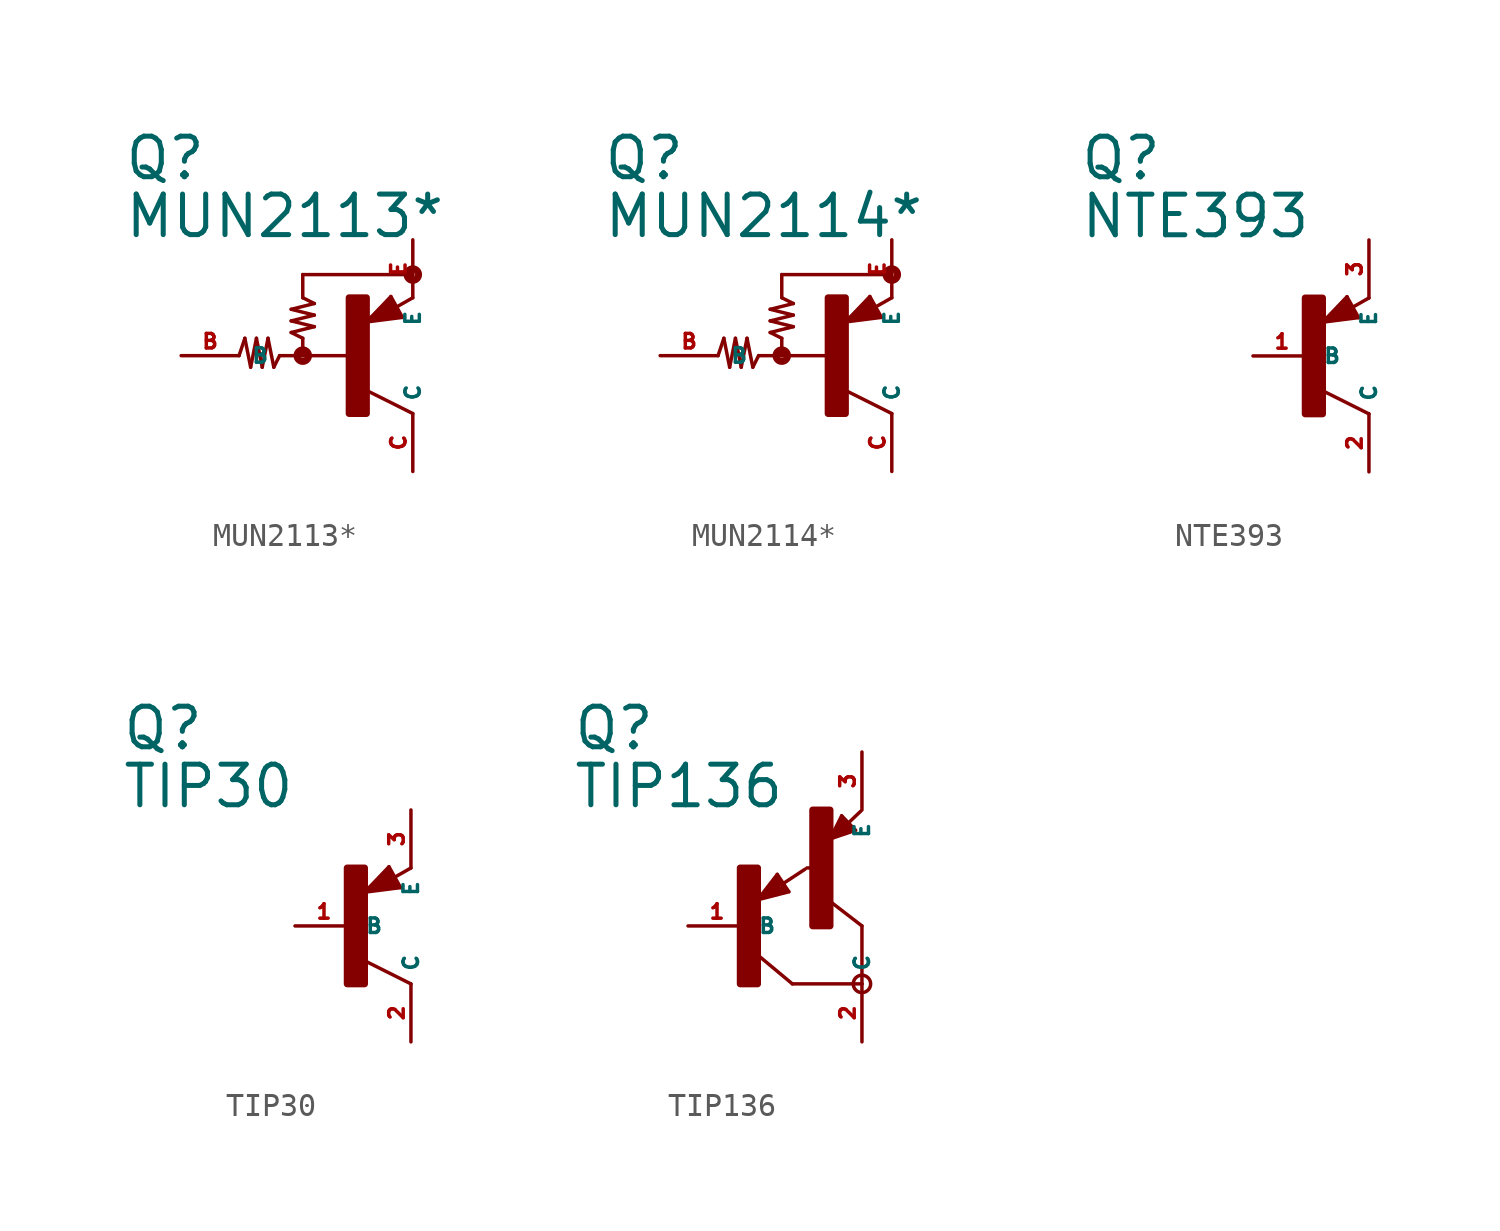
<source format=kicad_sym>
(kicad_symbol_lib
  (version 20220914)
  (generator Eagle2Kicad)
  (symbol "MUN2113*"
    (property "Reference" "Q"
      (at -10.16 7.62 0)
      (effects (font (size 1.778 1.778) (thickness 0.22)) (justify left bottom)))
    (property "Value" "MUN2113*"
      (at -10.16 5.08 0)
      (effects (font (size 1.778 1.778) (thickness 0.22)) (justify left bottom)))
    (polyline
      (pts (xy -5.08 0) (xy -4.826 0.762))
      (stroke (width 0.152) (type default))
      (fill (type none)))
    (polyline
      (pts (xy -4.826 0.762) (xy -4.572 -0.508))
      (stroke (width 0.152) (type default))
      (fill (type none)))
    (polyline
      (pts (xy -4.572 -0.508) (xy -4.318 0.762))
      (stroke (width 0.152) (type default))
      (fill (type none)))
    (polyline
      (pts (xy -4.318 0.762) (xy -4.064 -0.508))
      (stroke (width 0.152) (type default))
      (fill (type none)))
    (polyline
      (pts (xy -4.064 -0.508) (xy -3.81 0.762))
      (stroke (width 0.152) (type default))
      (fill (type none)))
    (polyline
      (pts (xy -3.81 0.762) (xy -3.556 -0.508))
      (stroke (width 0.152) (type default))
      (fill (type none)))
    (polyline
      (pts (xy -3.556 -0.508) (xy -3.302 0))
      (stroke (width 0.152) (type default))
      (fill (type none)))
    (polyline
      (pts (xy -3.302 0) (xy -2.286 0))
      (stroke (width 0.152) (type default))
      (fill (type none)))
    (polyline
      (pts (xy -2.286 0) (xy -0.254 0))
      (stroke (width 0.152) (type default))
      (fill (type none)))
    (polyline
      (pts (xy -2.286 0) (xy -2.286 0.762))
      (stroke (width 0.152) (type default))
      (fill (type none)))
    (polyline
      (pts (xy -2.286 0.762) (xy -2.794 1.016))
      (stroke (width 0.152) (type default))
      (fill (type none)))
    (polyline
      (pts (xy -2.794 1.016) (xy -1.778 1.27))
      (stroke (width 0.152) (type default))
      (fill (type none)))
    (polyline
      (pts (xy -1.778 1.27) (xy -2.794 1.524))
      (stroke (width 0.152) (type default))
      (fill (type none)))
    (polyline
      (pts (xy -2.794 1.524) (xy -1.778 1.778))
      (stroke (width 0.152) (type default))
      (fill (type none)))
    (polyline
      (pts (xy -1.778 1.778) (xy -2.794 2.032))
      (stroke (width 0.152) (type default))
      (fill (type none)))
    (polyline
      (pts (xy -2.794 2.032) (xy -1.778 2.286))
      (stroke (width 0.152) (type default))
      (fill (type none)))
    (polyline
      (pts (xy -1.778 2.286) (xy -2.286 2.54))
      (stroke (width 0.152) (type default))
      (fill (type none)))
    (polyline
      (pts (xy -2.286 2.54) (xy -2.286 3.556))
      (stroke (width 0.152) (type default))
      (fill (type none)))
    (polyline
      (pts (xy -2.286 3.556) (xy 2.54 3.556))
      (stroke (width 0.152) (type default))
      (fill (type none)))
    (polyline
      (pts (xy 2.086 1.678) (xy 1.578 2.594))
      (stroke (width 0.152) (type default))
      (fill (type none)))
    (polyline
      (pts (xy 1.578 2.594) (xy 0.516 1.478))
      (stroke (width 0.152) (type default))
      (fill (type none)))
    (polyline
      (pts (xy 0.516 1.478) (xy 2.086 1.678))
      (stroke (width 0.152) (type default))
      (fill (type none)))
    (polyline
      (pts (xy 2.54 2.54) (xy 1.808 2.124))
      (stroke (width 0.152) (type default))
      (fill (type none)))
    (polyline
      (pts (xy 2.54 -2.54) (xy 0.508 -1.524))
      (stroke (width 0.152) (type default))
      (fill (type none)))
    (polyline
      (pts (xy 1.905 1.778) (xy 1.524 2.413))
      (stroke (width 0.254) (type default))
      (fill (type none)))
    (polyline
      (pts (xy 1.524 2.413) (xy 0.762 1.651))
      (stroke (width 0.254) (type default))
      (fill (type none)))
    (polyline
      (pts (xy 0.762 1.651) (xy 1.778 1.778))
      (stroke (width 0.254) (type default))
      (fill (type none)))
    (polyline
      (pts (xy 1.778 1.778) (xy 1.524 2.159))
      (stroke (width 0.254) (type default))
      (fill (type none)))
    (polyline
      (pts (xy 1.524 2.159) (xy 1.143 1.905))
      (stroke (width 0.254) (type default))
      (fill (type none)))
    (polyline
      (pts (xy 1.143 1.905) (xy 1.524 1.905))
      (stroke (width 0.254) (type default))
      (fill (type none)))
    (circle
      (center -2.286 0)
      (radius 0.254)
      (stroke (width 0.305) (type default))
      (fill (type none)))
    (circle
      (center 2.54 3.556)
      (radius 0.254)
      (stroke (width 0.305) (type default))
      (fill (type none)))
    (rectangle
      (start -0.254 -2.54)
      (end 0.508 2.54)
      (stroke (width 0.3) (type default))
      (fill (type outline)))
    (pin passive line
      (at -7.62 0 0)
      (length 2.54)
      (name "B" (effects (font (size 0.635 0.635) (thickness 0.08)) (justify left bottom)))
      (number "B" (effects (font (size 0.635 0.635) (thickness 0.08)) (justify left bottom))))
    (pin passive line
      (at 2.54 -5.08 90)
      (length 2.54)
      (name "C" (effects (font (size 0.635 0.635) (thickness 0.08)) (justify left bottom)))
      (number "C" (effects (font (size 0.635 0.635) (thickness 0.08)) (justify left bottom))))
    (pin passive line
      (at 2.54 5.08 270)
      (length 2.54)
      (name "E" (effects (font (size 0.635 0.635) (thickness 0.08)) (justify left bottom)))
      (number "E" (effects (font (size 0.635 0.635) (thickness 0.08)) (justify left bottom)))))
  (symbol "MUN2114*"
    (property "Reference" "Q"
      (at -10.16 7.62 0)
      (effects (font (size 1.778 1.778) (thickness 0.22)) (justify left bottom)))
    (property "Value" "MUN2114*"
      (at -10.16 5.08 0)
      (effects (font (size 1.778 1.778) (thickness 0.22)) (justify left bottom)))
    (polyline
      (pts (xy -5.08 0) (xy -4.826 0.762))
      (stroke (width 0.152) (type default))
      (fill (type none)))
    (polyline
      (pts (xy -4.826 0.762) (xy -4.572 -0.508))
      (stroke (width 0.152) (type default))
      (fill (type none)))
    (polyline
      (pts (xy -4.572 -0.508) (xy -4.318 0.762))
      (stroke (width 0.152) (type default))
      (fill (type none)))
    (polyline
      (pts (xy -4.318 0.762) (xy -4.064 -0.508))
      (stroke (width 0.152) (type default))
      (fill (type none)))
    (polyline
      (pts (xy -4.064 -0.508) (xy -3.81 0.762))
      (stroke (width 0.152) (type default))
      (fill (type none)))
    (polyline
      (pts (xy -3.81 0.762) (xy -3.556 -0.508))
      (stroke (width 0.152) (type default))
      (fill (type none)))
    (polyline
      (pts (xy -3.556 -0.508) (xy -3.302 0))
      (stroke (width 0.152) (type default))
      (fill (type none)))
    (polyline
      (pts (xy -3.302 0) (xy -2.286 0))
      (stroke (width 0.152) (type default))
      (fill (type none)))
    (polyline
      (pts (xy -2.286 0) (xy -0.254 0))
      (stroke (width 0.152) (type default))
      (fill (type none)))
    (polyline
      (pts (xy -2.286 0) (xy -2.286 0.762))
      (stroke (width 0.152) (type default))
      (fill (type none)))
    (polyline
      (pts (xy -2.286 0.762) (xy -2.794 1.016))
      (stroke (width 0.152) (type default))
      (fill (type none)))
    (polyline
      (pts (xy -2.794 1.016) (xy -1.778 1.27))
      (stroke (width 0.152) (type default))
      (fill (type none)))
    (polyline
      (pts (xy -1.778 1.27) (xy -2.794 1.524))
      (stroke (width 0.152) (type default))
      (fill (type none)))
    (polyline
      (pts (xy -2.794 1.524) (xy -1.778 1.778))
      (stroke (width 0.152) (type default))
      (fill (type none)))
    (polyline
      (pts (xy -1.778 1.778) (xy -2.794 2.032))
      (stroke (width 0.152) (type default))
      (fill (type none)))
    (polyline
      (pts (xy -2.794 2.032) (xy -1.778 2.286))
      (stroke (width 0.152) (type default))
      (fill (type none)))
    (polyline
      (pts (xy -1.778 2.286) (xy -2.286 2.54))
      (stroke (width 0.152) (type default))
      (fill (type none)))
    (polyline
      (pts (xy -2.286 2.54) (xy -2.286 3.556))
      (stroke (width 0.152) (type default))
      (fill (type none)))
    (polyline
      (pts (xy -2.286 3.556) (xy 2.54 3.556))
      (stroke (width 0.152) (type default))
      (fill (type none)))
    (polyline
      (pts (xy 2.086 1.678) (xy 1.578 2.594))
      (stroke (width 0.152) (type default))
      (fill (type none)))
    (polyline
      (pts (xy 1.578 2.594) (xy 0.516 1.478))
      (stroke (width 0.152) (type default))
      (fill (type none)))
    (polyline
      (pts (xy 0.516 1.478) (xy 2.086 1.678))
      (stroke (width 0.152) (type default))
      (fill (type none)))
    (polyline
      (pts (xy 2.54 2.54) (xy 1.808 2.124))
      (stroke (width 0.152) (type default))
      (fill (type none)))
    (polyline
      (pts (xy 2.54 -2.54) (xy 0.508 -1.524))
      (stroke (width 0.152) (type default))
      (fill (type none)))
    (polyline
      (pts (xy 1.905 1.778) (xy 1.524 2.413))
      (stroke (width 0.254) (type default))
      (fill (type none)))
    (polyline
      (pts (xy 1.524 2.413) (xy 0.762 1.651))
      (stroke (width 0.254) (type default))
      (fill (type none)))
    (polyline
      (pts (xy 0.762 1.651) (xy 1.778 1.778))
      (stroke (width 0.254) (type default))
      (fill (type none)))
    (polyline
      (pts (xy 1.778 1.778) (xy 1.524 2.159))
      (stroke (width 0.254) (type default))
      (fill (type none)))
    (polyline
      (pts (xy 1.524 2.159) (xy 1.143 1.905))
      (stroke (width 0.254) (type default))
      (fill (type none)))
    (polyline
      (pts (xy 1.143 1.905) (xy 1.524 1.905))
      (stroke (width 0.254) (type default))
      (fill (type none)))
    (circle
      (center -2.286 0)
      (radius 0.254)
      (stroke (width 0.305) (type default))
      (fill (type none)))
    (circle
      (center 2.54 3.556)
      (radius 0.254)
      (stroke (width 0.305) (type default))
      (fill (type none)))
    (rectangle
      (start -0.254 -2.54)
      (end 0.508 2.54)
      (stroke (width 0.3) (type default))
      (fill (type outline)))
    (pin passive line
      (at -7.62 0 0)
      (length 2.54)
      (name "B" (effects (font (size 0.635 0.635) (thickness 0.08)) (justify left bottom)))
      (number "B" (effects (font (size 0.635 0.635) (thickness 0.08)) (justify left bottom))))
    (pin passive line
      (at 2.54 -5.08 90)
      (length 2.54)
      (name "C" (effects (font (size 0.635 0.635) (thickness 0.08)) (justify left bottom)))
      (number "C" (effects (font (size 0.635 0.635) (thickness 0.08)) (justify left bottom))))
    (pin passive line
      (at 2.54 5.08 270)
      (length 2.54)
      (name "E" (effects (font (size 0.635 0.635) (thickness 0.08)) (justify left bottom)))
      (number "E" (effects (font (size 0.635 0.635) (thickness 0.08)) (justify left bottom)))))
  (symbol "NTE393"
    (property "Reference" "Q"
      (at -10.16 7.62 0)
      (effects (font (size 1.778 1.778) (thickness 0.22)) (justify left bottom)))
    (property "Value" "NTE393"
      (at -10.16 5.08 0)
      (effects (font (size 1.778 1.778) (thickness 0.22)) (justify left bottom)))
    (polyline
      (pts (xy 2.086 1.678) (xy 1.578 2.594))
      (stroke (width 0.152) (type default))
      (fill (type none)))
    (polyline
      (pts (xy 1.578 2.594) (xy 0.516 1.478))
      (stroke (width 0.152) (type default))
      (fill (type none)))
    (polyline
      (pts (xy 0.516 1.478) (xy 2.086 1.678))
      (stroke (width 0.152) (type default))
      (fill (type none)))
    (polyline
      (pts (xy 2.54 2.54) (xy 1.808 2.124))
      (stroke (width 0.152) (type default))
      (fill (type none)))
    (polyline
      (pts (xy 2.54 -2.54) (xy 0.508 -1.524))
      (stroke (width 0.152) (type default))
      (fill (type none)))
    (polyline
      (pts (xy 1.905 1.778) (xy 1.524 2.413))
      (stroke (width 0.254) (type default))
      (fill (type none)))
    (polyline
      (pts (xy 1.524 2.413) (xy 0.762 1.651))
      (stroke (width 0.254) (type default))
      (fill (type none)))
    (polyline
      (pts (xy 0.762 1.651) (xy 1.778 1.778))
      (stroke (width 0.254) (type default))
      (fill (type none)))
    (polyline
      (pts (xy 1.778 1.778) (xy 1.524 2.159))
      (stroke (width 0.254) (type default))
      (fill (type none)))
    (polyline
      (pts (xy 1.524 2.159) (xy 1.143 1.905))
      (stroke (width 0.254) (type default))
      (fill (type none)))
    (polyline
      (pts (xy 1.143 1.905) (xy 1.524 1.905))
      (stroke (width 0.254) (type default))
      (fill (type none)))
    (rectangle
      (start -0.254 -2.54)
      (end 0.508 2.54)
      (stroke (width 0.3) (type default))
      (fill (type outline)))
    (pin passive line
      (at -2.54 0 0)
      (length 2.54)
      (name "B" (effects (font (size 0.635 0.635) (thickness 0.08)) (justify left bottom)))
      (number "1" (effects (font (size 0.635 0.635) (thickness 0.08)) (justify left bottom))))
    (pin passive line
      (at 2.54 5.08 270)
      (length 2.54)
      (name "E" (effects (font (size 0.635 0.635) (thickness 0.08)) (justify left bottom)))
      (number "3" (effects (font (size 0.635 0.635) (thickness 0.08)) (justify left bottom))))
    (pin passive line
      (at 2.54 -5.08 90)
      (length 2.54)
      (name "C" (effects (font (size 0.635 0.635) (thickness 0.08)) (justify left bottom)))
      (number "2" (effects (font (size 0.635 0.635) (thickness 0.08)) (justify left bottom)))))
  (symbol "TIP30"
    (property "Reference" "Q"
      (at -10.16 7.62 0)
      (effects (font (size 1.778 1.778) (thickness 0.22)) (justify left bottom)))
    (property "Value" "TIP30"
      (at -10.16 5.08 0)
      (effects (font (size 1.778 1.778) (thickness 0.22)) (justify left bottom)))
    (polyline
      (pts (xy 2.086 1.678) (xy 1.578 2.594))
      (stroke (width 0.152) (type default))
      (fill (type none)))
    (polyline
      (pts (xy 1.578 2.594) (xy 0.516 1.478))
      (stroke (width 0.152) (type default))
      (fill (type none)))
    (polyline
      (pts (xy 0.516 1.478) (xy 2.086 1.678))
      (stroke (width 0.152) (type default))
      (fill (type none)))
    (polyline
      (pts (xy 2.54 2.54) (xy 1.808 2.124))
      (stroke (width 0.152) (type default))
      (fill (type none)))
    (polyline
      (pts (xy 2.54 -2.54) (xy 0.508 -1.524))
      (stroke (width 0.152) (type default))
      (fill (type none)))
    (polyline
      (pts (xy 1.905 1.778) (xy 1.524 2.413))
      (stroke (width 0.254) (type default))
      (fill (type none)))
    (polyline
      (pts (xy 1.524 2.413) (xy 0.762 1.651))
      (stroke (width 0.254) (type default))
      (fill (type none)))
    (polyline
      (pts (xy 0.762 1.651) (xy 1.778 1.778))
      (stroke (width 0.254) (type default))
      (fill (type none)))
    (polyline
      (pts (xy 1.778 1.778) (xy 1.524 2.159))
      (stroke (width 0.254) (type default))
      (fill (type none)))
    (polyline
      (pts (xy 1.524 2.159) (xy 1.143 1.905))
      (stroke (width 0.254) (type default))
      (fill (type none)))
    (polyline
      (pts (xy 1.143 1.905) (xy 1.524 1.905))
      (stroke (width 0.254) (type default))
      (fill (type none)))
    (rectangle
      (start -0.254 -2.54)
      (end 0.508 2.54)
      (stroke (width 0.3) (type default))
      (fill (type outline)))
    (pin passive line
      (at -2.54 0 0)
      (length 2.54)
      (name "B" (effects (font (size 0.635 0.635) (thickness 0.08)) (justify left bottom)))
      (number "1" (effects (font (size 0.635 0.635) (thickness 0.08)) (justify left bottom))))
    (pin passive line
      (at 2.54 5.08 270)
      (length 2.54)
      (name "E" (effects (font (size 0.635 0.635) (thickness 0.08)) (justify left bottom)))
      (number "3" (effects (font (size 0.635 0.635) (thickness 0.08)) (justify left bottom))))
    (pin passive line
      (at 2.54 -5.08 90)
      (length 2.54)
      (name "C" (effects (font (size 0.635 0.635) (thickness 0.08)) (justify left bottom)))
      (number "2" (effects (font (size 0.635 0.635) (thickness 0.08)) (justify left bottom)))))
  (symbol "TIP136"
    (property "Reference" "Q"
      (at -7.62 7.62 0)
      (effects (font (size 1.778 1.778) (thickness 0.22)) (justify left bottom)))
    (property "Value" "TIP136"
      (at -7.62 5.08 0)
      (effects (font (size 1.778 1.778) (thickness 0.22)) (justify left bottom)))
    (polyline
      (pts (xy 5.08 -2.54) (xy 2.032 -2.54))
      (stroke (width 0.152) (type default))
      (fill (type none)))
    (polyline
      (pts (xy 2.032 -2.54) (xy 0.508 -1.27))
      (stroke (width 0.152) (type default))
      (fill (type none)))
    (polyline
      (pts (xy 5.08 0) (xy 3.429 1.27))
      (stroke (width 0.152) (type default))
      (fill (type none)))
    (polyline
      (pts (xy 1.37 2.259) (xy 0.508 1.143))
      (stroke (width 0.152) (type default))
      (fill (type none)))
    (polyline
      (pts (xy 1.878 1.497) (xy 1.37 2.259))
      (stroke (width 0.152) (type default))
      (fill (type none)))
    (polyline
      (pts (xy 0.508 1.143) (xy 1.878 1.497))
      (stroke (width 0.152) (type default))
      (fill (type none)))
    (polyline
      (pts (xy 1.608 1.843) (xy 2.586 2.486))
      (stroke (width 0.152) (type default))
      (fill (type none)))
    (polyline
      (pts (xy 0.635 1.27) (xy 1.397 2.159))
      (stroke (width 0.127) (type default))
      (fill (type none)))
    (polyline
      (pts (xy 1.397 2.159) (xy 1.778 1.524))
      (stroke (width 0.127) (type default))
      (fill (type none)))
    (polyline
      (pts (xy 1.778 1.524) (xy 0.762 1.27))
      (stroke (width 0.127) (type default))
      (fill (type none)))
    (polyline
      (pts (xy 0.762 1.27) (xy 1.397 2.032))
      (stroke (width 0.127) (type default))
      (fill (type none)))
    (polyline
      (pts (xy 1.397 2.032) (xy 1.651 1.651))
      (stroke (width 0.127) (type default))
      (fill (type none)))
    (polyline
      (pts (xy 1.651 1.651) (xy 0.889 1.397))
      (stroke (width 0.254) (type default))
      (fill (type none)))
    (polyline
      (pts (xy 0.889 1.397) (xy 1.397 1.905))
      (stroke (width 0.254) (type default))
      (fill (type none)))
    (polyline
      (pts (xy 1.397 1.905) (xy 1.397 1.778))
      (stroke (width 0.254) (type default))
      (fill (type none)))
    (polyline
      (pts (xy 3.683 3.81) (xy 4.799 4.191))
      (stroke (width 0.152) (type default))
      (fill (type none)))
    (polyline
      (pts (xy 4.191 4.826) (xy 3.683 3.81))
      (stroke (width 0.152) (type default))
      (fill (type none)))
    (polyline
      (pts (xy 4.799 4.191) (xy 4.191 4.826))
      (stroke (width 0.152) (type default))
      (fill (type none)))
    (polyline
      (pts (xy 4.483 4.51) (xy 5.026 5.026))
      (stroke (width 0.152) (type default))
      (fill (type none)))
    (polyline
      (pts (xy 3.81 3.937) (xy 4.191 4.699))
      (stroke (width 0.127) (type default))
      (fill (type none)))
    (polyline
      (pts (xy 4.191 4.699) (xy 4.699 4.191))
      (stroke (width 0.127) (type default))
      (fill (type none)))
    (polyline
      (pts (xy 4.699 4.191) (xy 3.937 3.937))
      (stroke (width 0.127) (type default))
      (fill (type none)))
    (polyline
      (pts (xy 3.937 3.937) (xy 4.191 4.572))
      (stroke (width 0.127) (type default))
      (fill (type none)))
    (polyline
      (pts (xy 4.191 4.572) (xy 4.572 4.191))
      (stroke (width 0.254) (type default))
      (fill (type none)))
    (polyline
      (pts (xy 4.572 4.191) (xy 4.064 4.064))
      (stroke (width 0.254) (type default))
      (fill (type none)))
    (polyline
      (pts (xy 4.064 4.064) (xy 4.191 4.318))
      (stroke (width 0.254) (type default))
      (fill (type none)))
    (polyline
      (pts (xy 4.191 4.318) (xy 4.318 4.318))
      (stroke (width 0.254) (type default))
      (fill (type none)))
    (polyline
      (pts (xy 5.08 -2.54) (xy 5.08 0))
      (stroke (width 0.152) (type default))
      (fill (type none)))
    (polyline
      (pts (xy 2.667 2.54) (xy 2.921 2.54))
      (stroke (width 0.152) (type default))
      (fill (type none)))
    (circle
      (center 5.08 -2.54)
      (radius 0.381)
      (stroke (width 0) (type default))
      (fill (type none)))
    (rectangle
      (start -0.254 -2.54)
      (end 0.508 2.54)
      (stroke (width 0.3) (type default))
      (fill (type outline)))
    (rectangle
      (start 2.921 0)
      (end 3.683 5.08)
      (stroke (width 0.3) (type default))
      (fill (type outline)))
    (pin passive line
      (at -2.54 0 0)
      (length 2.54)
      (name "B" (effects (font (size 0.635 0.635) (thickness 0.08)) (justify left bottom)))
      (number "1" (effects (font (size 0.635 0.635) (thickness 0.08)) (justify left bottom))))
    (pin passive line
      (at 5.08 7.62 270)
      (length 2.54)
      (name "E" (effects (font (size 0.635 0.635) (thickness 0.08)) (justify left bottom)))
      (number "3" (effects (font (size 0.635 0.635) (thickness 0.08)) (justify left bottom))))
    (pin passive line
      (at 5.08 -5.08 90)
      (length 2.54)
      (name "C" (effects (font (size 0.635 0.635) (thickness 0.08)) (justify left bottom)))
      (number "2" (effects (font (size 0.635 0.635) (thickness 0.08)) (justify left bottom))))))
</source>
